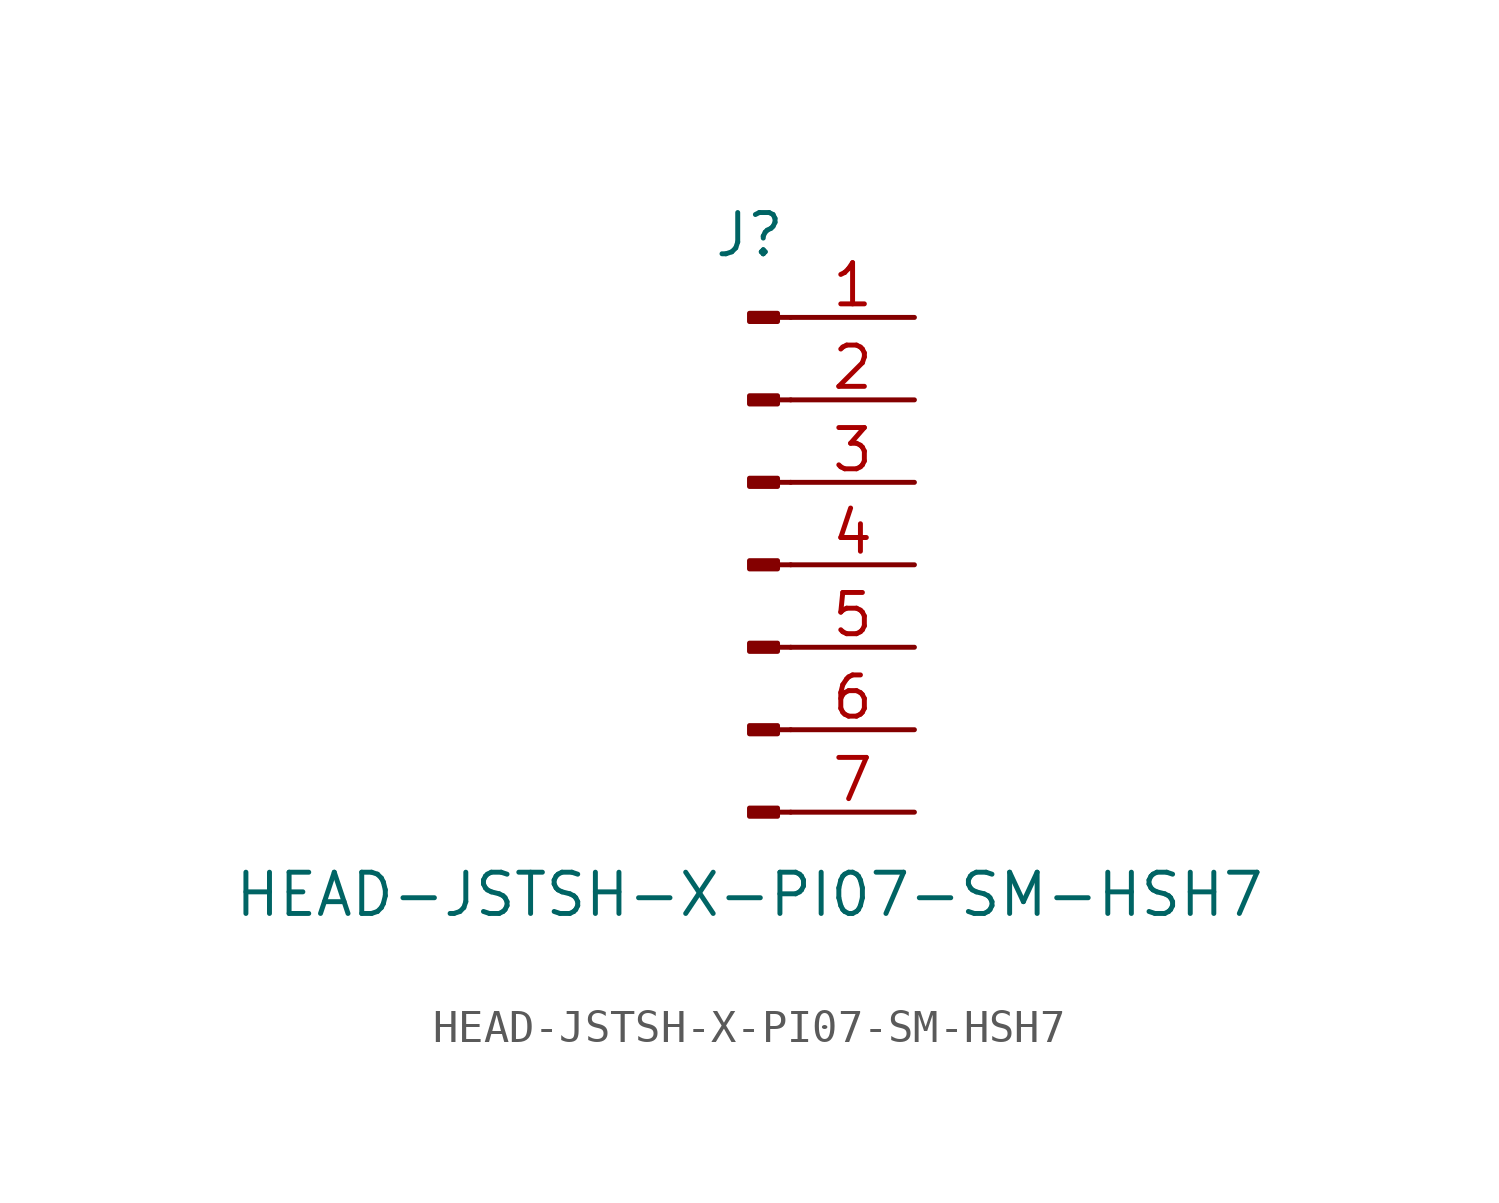
<source format=kicad_sym>
(kicad_symbol_lib
  (version 20211014)
  (generator kicad_symbol_editor)
  (symbol "HEAD-JSTSH-X-PI07-SM-HSH7"
    (pin_names
      (offset 1.016) hide)
    (property "Reference" "J"
      (at 0 10.16 0)
      (effects (font (size 1.27 1.27))))
    (property "Value" "HEAD-JSTSH-X-PI07-SM-HSH7"
      (at 0 -10.16 0)
      (effects (font (size 1.27 1.27))))
    (symbol "HEAD-JSTSH-X-PI07-SM-HSH7_1_1"
      (polyline (pts (xy 1.27 -7.62) (xy 0.864 -7.62)) (stroke (width 0.152) (type default) (color 0 0 0 0)) (fill (type none)))
      (polyline (pts (xy 1.27 -5.08) (xy 0.864 -5.08)) (stroke (width 0.152) (type default) (color 0 0 0 0)) (fill (type none)))
      (polyline (pts (xy 1.27 -2.54) (xy 0.864 -2.54)) (stroke (width 0.152) (type default) (color 0 0 0 0)) (fill (type none)))
      (polyline (pts (xy 1.27 0) (xy 0.864 0)) (stroke (width 0.152) (type default) (color 0 0 0 0)) (fill (type none)))
      (polyline (pts (xy 1.27 2.54) (xy 0.864 2.54)) (stroke (width 0.152) (type default) (color 0 0 0 0)) (fill (type none)))
      (polyline (pts (xy 1.27 5.08) (xy 0.864 5.08)) (stroke (width 0.152) (type default) (color 0 0 0 0)) (fill (type none)))
      (polyline (pts (xy 1.27 7.62) (xy 0.864 7.62)) (stroke (width 0.152) (type default) (color 0 0 0 0)) (fill (type none)))
      (rectangle (start 0.864 -7.493) (end 0 -7.747) (stroke (width 0.152) (type default) (color 0 0 0 0)) (fill (type outline)))
      (rectangle (start 0.864 -4.953) (end 0 -5.207) (stroke (width 0.152) (type default) (color 0 0 0 0)) (fill (type outline)))
      (rectangle (start 0.864 -2.413) (end 0 -2.667) (stroke (width 0.152) (type default) (color 0 0 0 0)) (fill (type outline)))
      (rectangle (start 0.864 0.127) (end 0 -0.127) (stroke (width 0.152) (type default) (color 0 0 0 0)) (fill (type outline)))
      (rectangle (start 0.864 2.667) (end 0 2.413) (stroke (width 0.152) (type default) (color 0 0 0 0)) (fill (type outline)))
      (rectangle (start 0.864 5.207) (end 0 4.953) (stroke (width 0.152) (type default) (color 0 0 0 0)) (fill (type outline)))
      (rectangle (start 0.864 7.747) (end 0 7.493) (stroke (width 0.152) (type default) (color 0 0 0 0)) (fill (type outline)))
      (pin passive line (at 5.08 7.62 180) (length 3.81) (name "Pin_1" (effects (font (size 1.27 1.27)))) (number "1" (effects (font (size 1.27 1.27)))))
      (pin passive line (at 5.08 5.08 180) (length 3.81) (name "Pin_2" (effects (font (size 1.27 1.27)))) (number "2" (effects (font (size 1.27 1.27)))))
      (pin passive line (at 5.08 2.54 180) (length 3.81) (name "Pin_3" (effects (font (size 1.27 1.27)))) (number "3" (effects (font (size 1.27 1.27)))))
      (pin passive line (at 5.08 0 180) (length 3.81) (name "Pin_4" (effects (font (size 1.27 1.27)))) (number "4" (effects (font (size 1.27 1.27)))))
      (pin passive line (at 5.08 -2.54 180) (length 3.81) (name "Pin_5" (effects (font (size 1.27 1.27)))) (number "5" (effects (font (size 1.27 1.27)))))
      (pin passive line (at 5.08 -5.08 180) (length 3.81) (name "Pin_6" (effects (font (size 1.27 1.27)))) (number "6" (effects (font (size 1.27 1.27)))))
      (pin passive line (at 5.08 -7.62 180) (length 3.81) (name "Pin_7" (effects (font (size 1.27 1.27)))) (number "7" (effects (font (size 1.27 1.27))))))))
</source>
